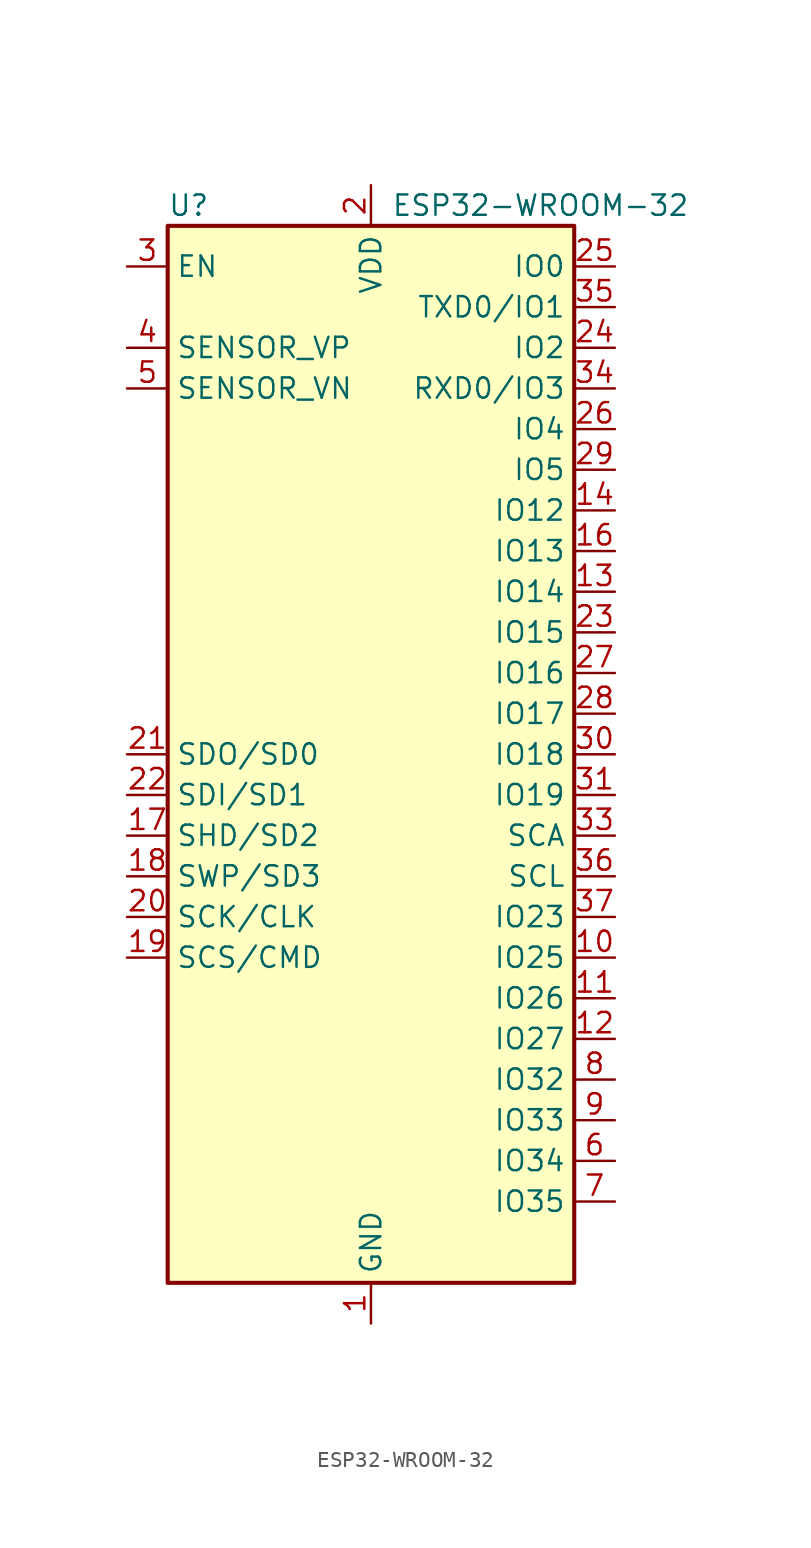
<source format=kicad_sym>
(kicad_symbol_lib
  (version 20220914)
  (generator kicad_symbol_editor)
  (symbol "ESP32-WROOM-32"
    (property "Reference" "U"
      (at -12.7 34.29 0)
      (effects (font (size 1.27 1.27)) (justify left)))
    (property "Value" "ESP32-WROOM-32"
      (at 1.27 34.29 0)
      (effects (font (size 1.27 1.27)) (justify left)))
    (symbol "ESP32-WROOM-32_0_1"
      (rectangle (start -12.7 33.02) (end 12.7 -33.02) (stroke (width 0.254) (type default)) (fill (type background))))
    (symbol "ESP32-WROOM-32_1_1"
      (pin power_in line (at 0 -35.56 90) (length 2.54) (name "GND" (effects (font (size 1.27 1.27)))) (number "1" (effects (font (size 1.27 1.27)))))
      (pin bidirectional line (at 15.24 -12.7 180) (length 2.54) (name "IO25" (effects (font (size 1.27 1.27)))) (number "10" (effects (font (size 1.27 1.27)))))
      (pin bidirectional line (at 15.24 -15.24 180) (length 2.54) (name "IO26" (effects (font (size 1.27 1.27)))) (number "11" (effects (font (size 1.27 1.27)))))
      (pin bidirectional line (at 15.24 -17.78 180) (length 2.54) (name "IO27" (effects (font (size 1.27 1.27)))) (number "12" (effects (font (size 1.27 1.27)))))
      (pin bidirectional line (at 15.24 10.16 180) (length 2.54) (name "IO14" (effects (font (size 1.27 1.27)))) (number "13" (effects (font (size 1.27 1.27)))))
      (pin bidirectional line (at 15.24 15.24 180) (length 2.54) (name "IO12" (effects (font (size 1.27 1.27)))) (number "14" (effects (font (size 1.27 1.27)))))
      (pin passive line (at 0 -35.56 90) (length 2.54) hide (name "GND" (effects (font (size 1.27 1.27)))) (number "15" (effects (font (size 1.27 1.27)))))
      (pin bidirectional line (at 15.24 12.7 180) (length 2.54) (name "IO13" (effects (font (size 1.27 1.27)))) (number "16" (effects (font (size 1.27 1.27)))))
      (pin bidirectional line (at -15.24 -5.08 0) (length 2.54) (name "SHD/SD2" (effects (font (size 1.27 1.27)))) (number "17" (effects (font (size 1.27 1.27)))))
      (pin bidirectional line (at -15.24 -7.62 0) (length 2.54) (name "SWP/SD3" (effects (font (size 1.27 1.27)))) (number "18" (effects (font (size 1.27 1.27)))))
      (pin bidirectional line (at -15.24 -12.7 0) (length 2.54) (name "SCS/CMD" (effects (font (size 1.27 1.27)))) (number "19" (effects (font (size 1.27 1.27)))))
      (pin power_in line (at 0 35.56 270) (length 2.54) (name "VDD" (effects (font (size 1.27 1.27)))) (number "2" (effects (font (size 1.27 1.27)))))
      (pin bidirectional line (at -15.24 -10.16 0) (length 2.54) (name "SCK/CLK" (effects (font (size 1.27 1.27)))) (number "20" (effects (font (size 1.27 1.27)))))
      (pin bidirectional line (at -15.24 0 0) (length 2.54) (name "SDO/SD0" (effects (font (size 1.27 1.27)))) (number "21" (effects (font (size 1.27 1.27)))))
      (pin bidirectional line (at -15.24 -2.54 0) (length 2.54) (name "SDI/SD1" (effects (font (size 1.27 1.27)))) (number "22" (effects (font (size 1.27 1.27)))))
      (pin bidirectional line (at 15.24 7.62 180) (length 2.54) (name "IO15" (effects (font (size 1.27 1.27)))) (number "23" (effects (font (size 1.27 1.27)))))
      (pin bidirectional line (at 15.24 25.4 180) (length 2.54) (name "IO2" (effects (font (size 1.27 1.27)))) (number "24" (effects (font (size 1.27 1.27)))))
      (pin bidirectional line (at 15.24 30.48 180) (length 2.54) (name "IO0" (effects (font (size 1.27 1.27)))) (number "25" (effects (font (size 1.27 1.27)))))
      (pin bidirectional line (at 15.24 20.32 180) (length 2.54) (name "IO4" (effects (font (size 1.27 1.27)))) (number "26" (effects (font (size 1.27 1.27)))))
      (pin bidirectional line (at 15.24 5.08 180) (length 2.54) (name "IO16" (effects (font (size 1.27 1.27)))) (number "27" (effects (font (size 1.27 1.27)))))
      (pin bidirectional line (at 15.24 2.54 180) (length 2.54) (name "IO17" (effects (font (size 1.27 1.27)))) (number "28" (effects (font (size 1.27 1.27)))))
      (pin bidirectional line (at 15.24 17.78 180) (length 2.54) (name "IO5" (effects (font (size 1.27 1.27)))) (number "29" (effects (font (size 1.27 1.27)))))
      (pin input line (at -15.24 30.48 0) (length 2.54) (name "EN" (effects (font (size 1.27 1.27)))) (number "3" (effects (font (size 1.27 1.27)))))
      (pin bidirectional line (at 15.24 0 180) (length 2.54) (name "IO18" (effects (font (size 1.27 1.27)))) (number "30" (effects (font (size 1.27 1.27)))))
      (pin bidirectional line (at 15.24 -2.54 180) (length 2.54) (name "IO19" (effects (font (size 1.27 1.27)))) (number "31" (effects (font (size 1.27 1.27)))))
      (pin no_connect line (at -12.7 -27.94 0) (length 2.54) hide (name "NC" (effects (font (size 1.27 1.27)))) (number "32" (effects (font (size 1.27 1.27)))))
      (pin bidirectional line (at 15.24 -5.08 180) (length 2.54) (name "SCA" (effects (font (size 1.27 1.27)))) (number "33" (effects (font (size 1.27 1.27)))))
      (pin bidirectional line (at 15.24 22.86 180) (length 2.54) (name "RXD0/IO3" (effects (font (size 1.27 1.27)))) (number "34" (effects (font (size 1.27 1.27)))))
      (pin bidirectional line (at 15.24 27.94 180) (length 2.54) (name "TXD0/IO1" (effects (font (size 1.27 1.27)))) (number "35" (effects (font (size 1.27 1.27)))))
      (pin bidirectional line (at 15.24 -7.62 180) (length 2.54) (name "SCL" (effects (font (size 1.27 1.27)))) (number "36" (effects (font (size 1.27 1.27)))))
      (pin bidirectional line (at 15.24 -10.16 180) (length 2.54) (name "IO23" (effects (font (size 1.27 1.27)))) (number "37" (effects (font (size 1.27 1.27)))))
      (pin passive line (at 0 -35.56 90) (length 2.54) hide (name "GND" (effects (font (size 1.27 1.27)))) (number "38" (effects (font (size 1.27 1.27)))))
      (pin passive line (at 0 -35.56 90) (length 2.54) hide (name "GND" (effects (font (size 1.27 1.27)))) (number "39" (effects (font (size 1.27 1.27)))))
      (pin input line (at -15.24 25.4 0) (length 2.54) (name "SENSOR_VP" (effects (font (size 1.27 1.27)))) (number "4" (effects (font (size 1.27 1.27)))))
      (pin input line (at -15.24 22.86 0) (length 2.54) (name "SENSOR_VN" (effects (font (size 1.27 1.27)))) (number "5" (effects (font (size 1.27 1.27)))))
      (pin input line (at 15.24 -25.4 180) (length 2.54) (name "IO34" (effects (font (size 1.27 1.27)))) (number "6" (effects (font (size 1.27 1.27)))))
      (pin input line (at 15.24 -27.94 180) (length 2.54) (name "IO35" (effects (font (size 1.27 1.27)))) (number "7" (effects (font (size 1.27 1.27)))))
      (pin bidirectional line (at 15.24 -20.32 180) (length 2.54) (name "IO32" (effects (font (size 1.27 1.27)))) (number "8" (effects (font (size 1.27 1.27)))))
      (pin bidirectional line (at 15.24 -22.86 180) (length 2.54) (name "IO33" (effects (font (size 1.27 1.27)))) (number "9" (effects (font (size 1.27 1.27))))))))
</source>
